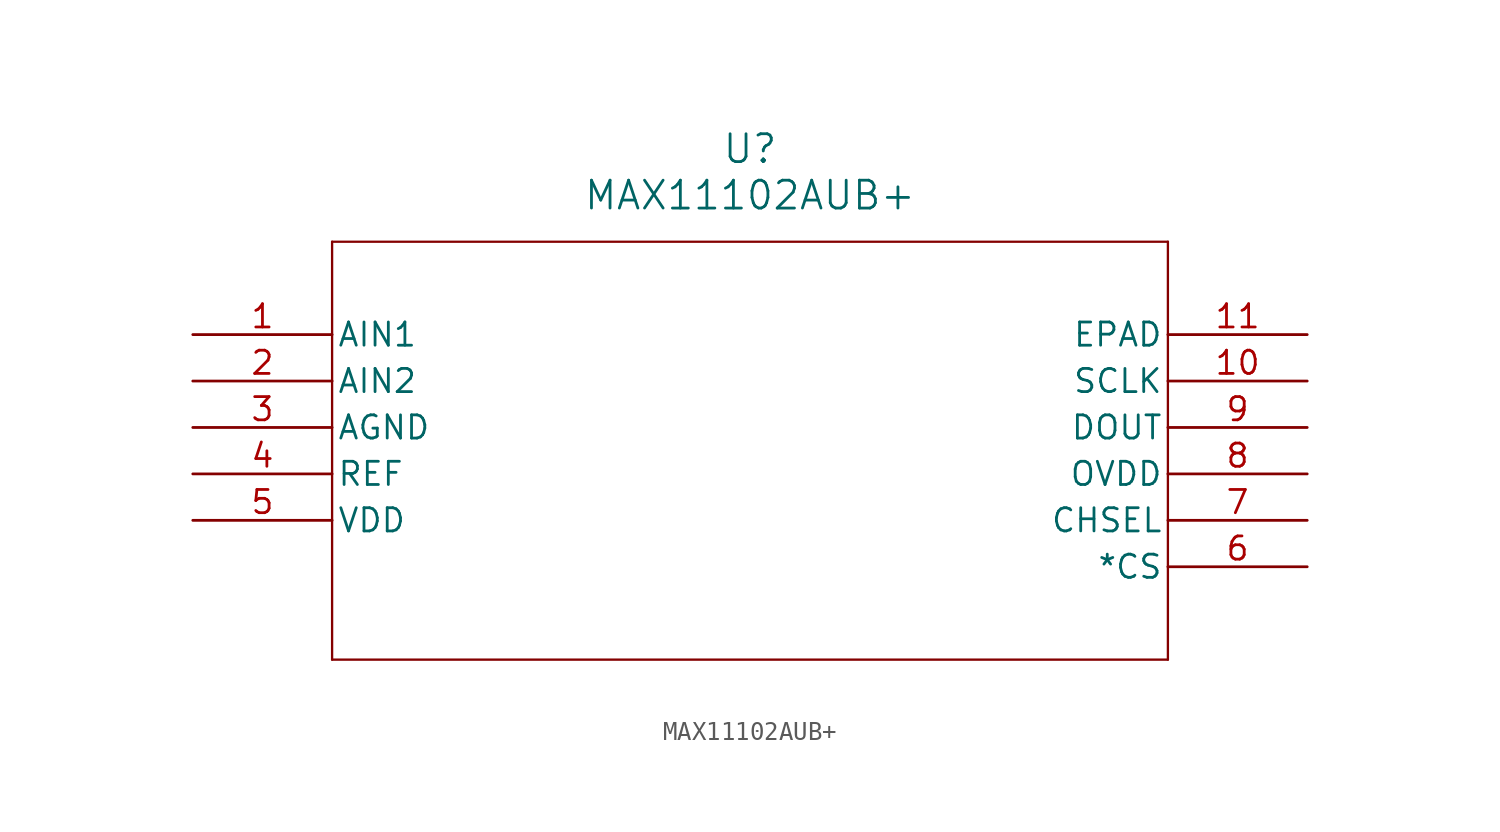
<source format=kicad_sym>
(kicad_symbol_lib
  (version 20211014)
  (generator kicad_symbol_editor)
  (symbol "MAX11102AUB+"
    (pin_names
      (offset 0.254))
    (property "Reference" "U"
      (at 30.48 10.16 0)
      (effects (font (size 1.524 1.524))))
    (property "Value" "MAX11102AUB+"
      (at 30.48 7.62 0)
      (effects (font (size 1.524 1.524))))
    (symbol "MAX11102AUB+_0_1"
      (polyline (pts (xy 7.62 5.08) (xy 7.62 -17.78)) (stroke (width 0.127) (type default) (color 0 0 0 0)) (fill (type none)))
      (polyline (pts (xy 7.62 -17.78) (xy 53.34 -17.78)) (stroke (width 0.127) (type default) (color 0 0 0 0)) (fill (type none)))
      (polyline (pts (xy 53.34 -17.78) (xy 53.34 5.08)) (stroke (width 0.127) (type default) (color 0 0 0 0)) (fill (type none)))
      (polyline (pts (xy 53.34 5.08) (xy 7.62 5.08)) (stroke (width 0.127) (type default) (color 0 0 0 0)) (fill (type none)))
      (pin input line (at 0 0 0) (length 7.62) (name "AIN1" (effects (font (size 1.27 1.27)))) (number "1" (effects (font (size 1.27 1.27)))))
      (pin input line (at 0 -2.54 0) (length 7.62) (name "AIN2" (effects (font (size 1.27 1.27)))) (number "2" (effects (font (size 1.27 1.27)))))
      (pin power_in line (at 0 -5.08 0) (length 7.62) (name "AGND" (effects (font (size 1.27 1.27)))) (number "3" (effects (font (size 1.27 1.27)))))
      (pin unspecified line (at 0 -7.62 0) (length 7.62) (name "REF" (effects (font (size 1.27 1.27)))) (number "4" (effects (font (size 1.27 1.27)))))
      (pin power_in line (at 0 -10.16 0) (length 7.62) (name "VDD" (effects (font (size 1.27 1.27)))) (number "5" (effects (font (size 1.27 1.27)))))
      (pin unspecified line (at 60.96 -12.7 180) (length 7.62) (name "*CS" (effects (font (size 1.27 1.27)))) (number "6" (effects (font (size 1.27 1.27)))))
      (pin unspecified line (at 60.96 -10.16 180) (length 7.62) (name "CHSEL" (effects (font (size 1.27 1.27)))) (number "7" (effects (font (size 1.27 1.27)))))
      (pin power_in line (at 60.96 -7.62 180) (length 7.62) (name "OVDD" (effects (font (size 1.27 1.27)))) (number "8" (effects (font (size 1.27 1.27)))))
      (pin output line (at 60.96 -5.08 180) (length 7.62) (name "DOUT" (effects (font (size 1.27 1.27)))) (number "9" (effects (font (size 1.27 1.27)))))
      (pin unspecified line (at 60.96 -2.54 180) (length 7.62) (name "SCLK" (effects (font (size 1.27 1.27)))) (number "10" (effects (font (size 1.27 1.27)))))
      (pin unspecified line (at 60.96 0 180) (length 7.62) (name "EPAD" (effects (font (size 1.27 1.27)))) (number "11" (effects (font (size 1.27 1.27))))))))
</source>
